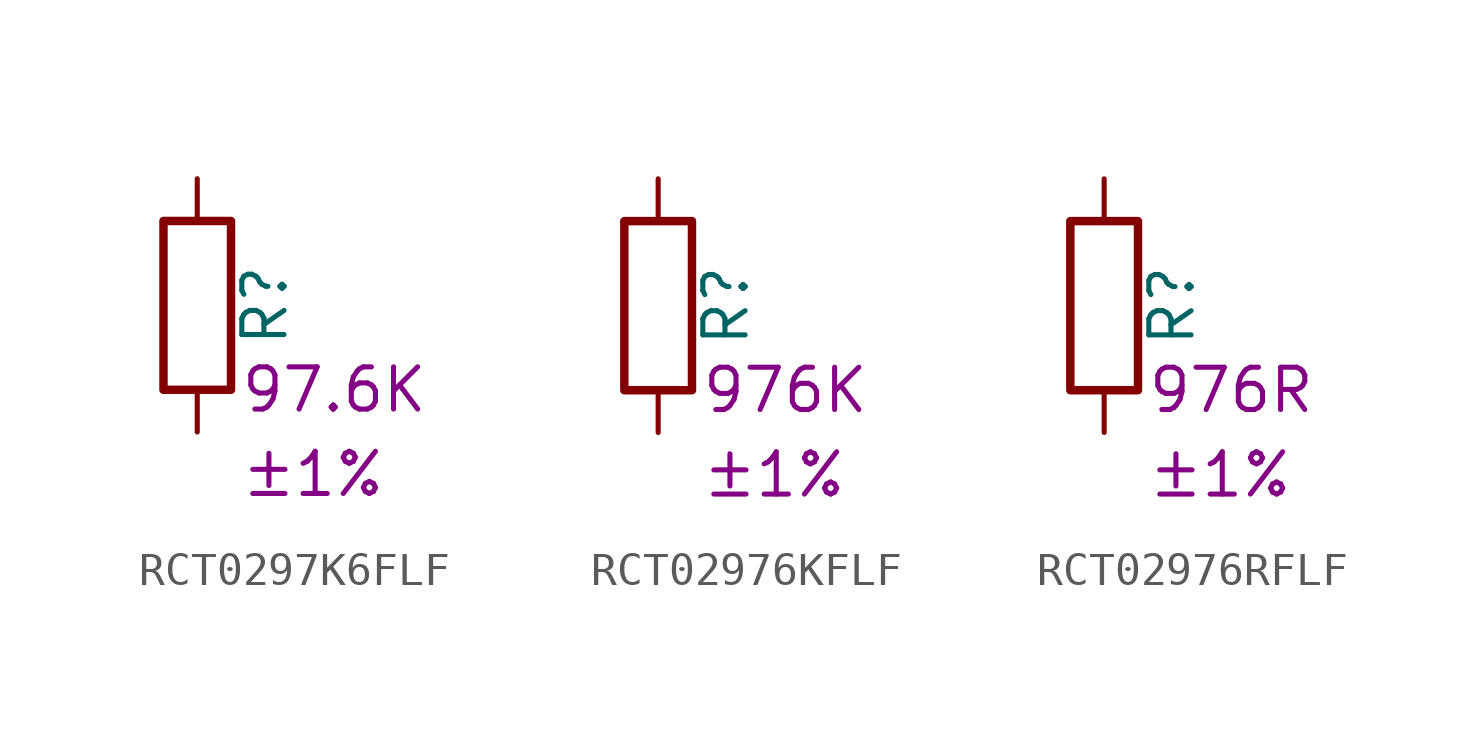
<source format=kicad_sym>
(kicad_symbol_lib
  (version 20220914)
  (generator kicad_symbol_editor)
  (symbol "RCT0297K6FLF"
    (pin_numbers hide)
    (pin_names
      (offset 0))
    (property "Reference" "R"
      (at 2.032 0 90)
      (effects (font (size 1.27 1.27))))
    (property "Resistance" "97.6K"
      (at 1.27 -2.54 0)
      (effects (font (size 1.27 1.27)) (justify left)))
    (property "Tolerance" "±1%"
      (at 1.27 -5.08 0)
      (effects (font (size 1.27 1.27)) (justify left)))
    (symbol "RCT0297K6FLF_0_1"
      (rectangle (start -1.016 -2.54) (end 1.016 2.54) (stroke (width 0.254) (type default)) (fill (type none))))
    (symbol "RCT0297K6FLF_1_1"
      (pin passive line (at 0 3.81 270) (length 1.27) (name "~" (effects (font (size 1.27 1.27)))) (number "1" (effects (font (size 1.27 1.27)))))
      (pin passive line (at 0 -3.81 90) (length 1.27) (name "~" (effects (font (size 1.27 1.27)))) (number "2" (effects (font (size 1.27 1.27)))))))
  (symbol "RCT02976KFLF"
    (pin_numbers hide)
    (pin_names
      (offset 0))
    (property "Reference" "R"
      (at 2.032 0 90)
      (effects (font (size 1.27 1.27))))
    (property "Resistance" "976K"
      (at 1.27 -2.54 0)
      (effects (font (size 1.27 1.27)) (justify left)))
    (property "Tolerance" "±1%"
      (at 1.27 -5.08 0)
      (effects (font (size 1.27 1.27)) (justify left)))
    (symbol "RCT02976KFLF_0_1"
      (rectangle (start -1.016 -2.54) (end 1.016 2.54) (stroke (width 0.254) (type default)) (fill (type none))))
    (symbol "RCT02976KFLF_1_1"
      (pin passive line (at 0 3.81 270) (length 1.27) (name "~" (effects (font (size 1.27 1.27)))) (number "1" (effects (font (size 1.27 1.27)))))
      (pin passive line (at 0 -3.81 90) (length 1.27) (name "~" (effects (font (size 1.27 1.27)))) (number "2" (effects (font (size 1.27 1.27)))))))
  (symbol "RCT02976RFLF"
    (pin_numbers hide)
    (pin_names
      (offset 0))
    (property "Reference" "R"
      (at 2.032 0 90)
      (effects (font (size 1.27 1.27))))
    (property "Resistance" "976R"
      (at 1.27 -2.54 0)
      (effects (font (size 1.27 1.27)) (justify left)))
    (property "Tolerance" "±1%"
      (at 1.27 -5.08 0)
      (effects (font (size 1.27 1.27)) (justify left)))
    (symbol "RCT02976RFLF_0_1"
      (rectangle (start -1.016 -2.54) (end 1.016 2.54) (stroke (width 0.254) (type default)) (fill (type none))))
    (symbol "RCT02976RFLF_1_1"
      (pin passive line (at 0 3.81 270) (length 1.27) (name "~" (effects (font (size 1.27 1.27)))) (number "1" (effects (font (size 1.27 1.27)))))
      (pin passive line (at 0 -3.81 90) (length 1.27) (name "~" (effects (font (size 1.27 1.27)))) (number "2" (effects (font (size 1.27 1.27))))))))
</source>
